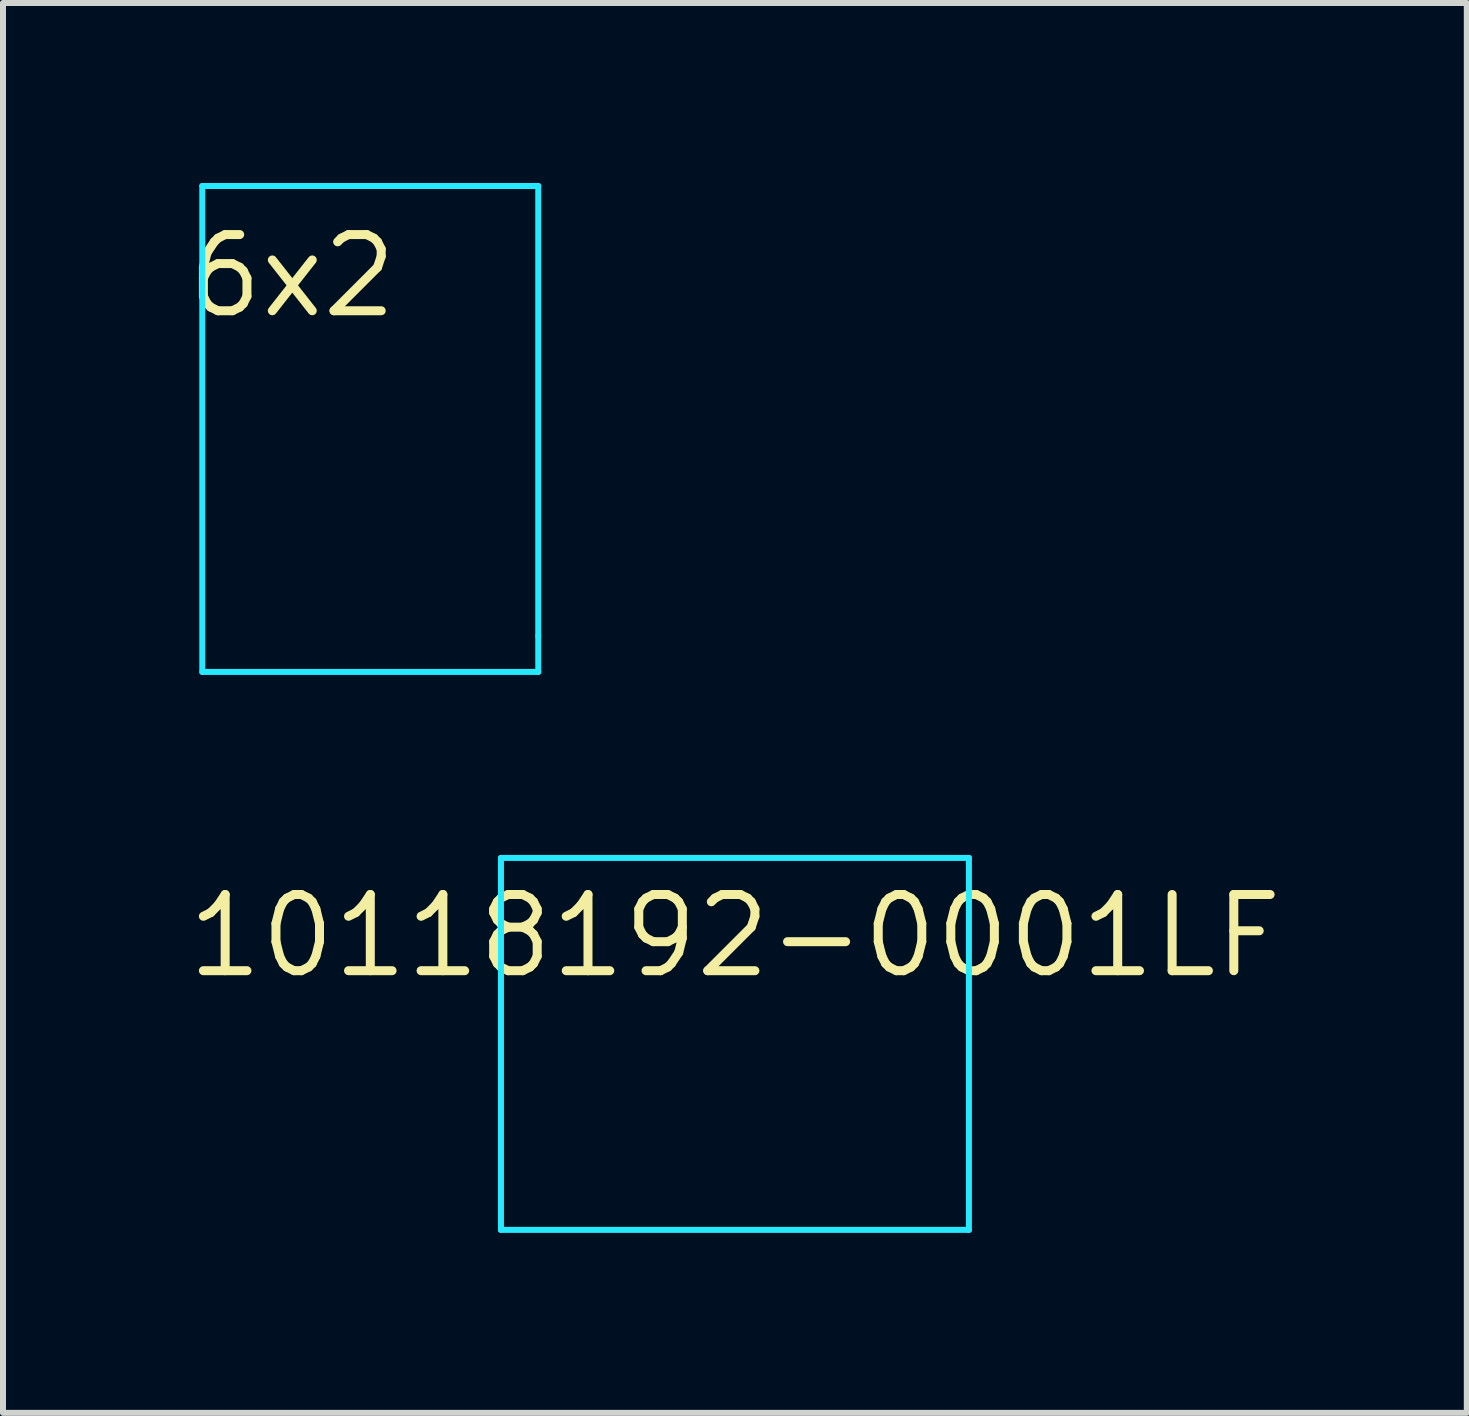
<source format=kicad_pcb>
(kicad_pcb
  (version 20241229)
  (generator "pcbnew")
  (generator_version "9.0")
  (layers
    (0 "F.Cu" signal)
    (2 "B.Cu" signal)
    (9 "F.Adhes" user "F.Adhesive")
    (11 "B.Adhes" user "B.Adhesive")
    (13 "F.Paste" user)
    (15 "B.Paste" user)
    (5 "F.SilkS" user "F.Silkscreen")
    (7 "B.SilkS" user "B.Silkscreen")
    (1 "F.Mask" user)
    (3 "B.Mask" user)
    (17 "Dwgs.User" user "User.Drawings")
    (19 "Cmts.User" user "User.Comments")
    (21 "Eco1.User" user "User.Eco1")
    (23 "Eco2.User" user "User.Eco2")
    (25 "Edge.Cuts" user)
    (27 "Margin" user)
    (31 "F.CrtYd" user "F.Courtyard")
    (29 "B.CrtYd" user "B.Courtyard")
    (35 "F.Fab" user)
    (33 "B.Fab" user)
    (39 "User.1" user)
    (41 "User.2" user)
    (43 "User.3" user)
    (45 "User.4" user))
  (footprint "6x2"
    (layer "F.Cu")
    (at 1.822 1.55)
    (property "Reference" "6x2" (at 0 0 0) (layer "F.SilkS") (effects (font (size 1.27 1.27) (thickness 0.15))))
    (attr through_hole)
    (fp_line (start -1.5 -1.5) (end 4.1 -1.5) (stroke (width 0.1) (type solid)) (layer "B.CrtYd"))
    (fp_line (start -1.5 6.6) (end -1.5 -1.5) (stroke (width 0.1) (type solid)) (layer "B.CrtYd"))
    (fp_line (start -1.5 6.6) (end 4.1 6.6) (stroke (width 0.1) (type solid)) (layer "B.CrtYd"))
    (fp_line (start 4.1 6) (end 4.1 -1.5) (stroke (width 0.1) (type solid)) (layer "B.CrtYd"))
    (fp_line (start 4.1 6.6) (end 4.1 6) (stroke (width 0.1) (type solid)) (layer "B.CrtYd")))
  (footprint "10118192-0001LF"
    (layer "F.Cu")
    (at 9.2 12.55)
    (property "Reference" "10118192-0001LF" (at 0 0 0) (layer "F.SilkS") (effects (font (size 1.27 1.27) (thickness 0.15))))
    (attr through_hole)
    (fp_line (start -3.9 -1.3) (end 3.9 -1.3) (stroke (width 0.1) (type solid)) (layer "B.CrtYd"))
    (fp_line (start -3.9 4.9) (end -3.9 -1.3) (stroke (width 0.1) (type solid)) (layer "B.CrtYd"))
    (fp_line (start -3.9 4.9) (end 3.9 4.9) (stroke (width 0.1) (type solid)) (layer "B.CrtYd"))
    (fp_line (start 3.9 4.9) (end 3.9 -1.3) (stroke (width 0.1) (type solid)) (layer "B.CrtYd")))
  (gr_rect
    (start -3 -3)
    (end 21.399 20.5)
    (stroke (width 0.1) (type default))
    (fill no)
    (layer "Edge.Cuts")))
</source>
